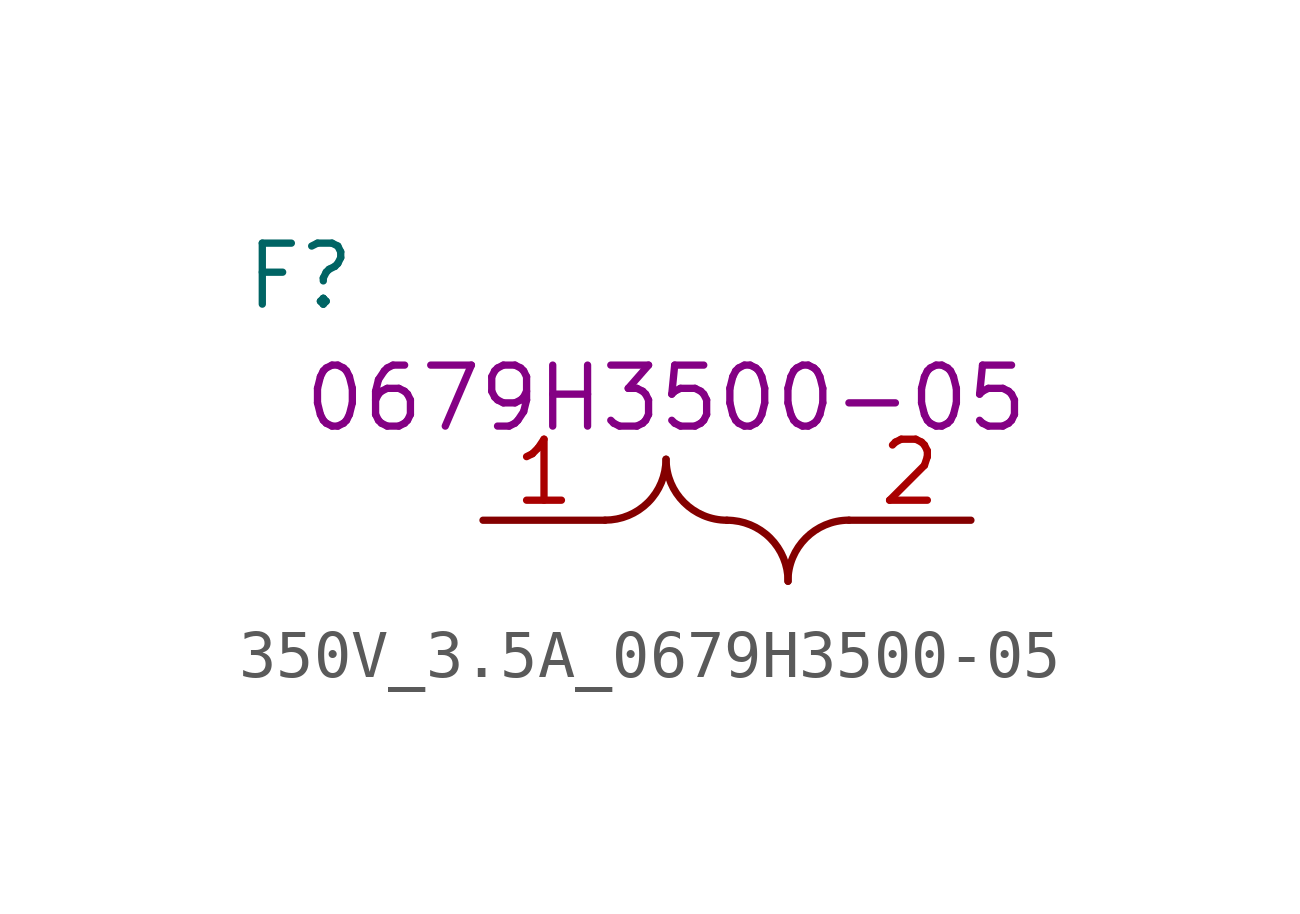
<source format=kicad_sym>
(kicad_symbol_lib
  (version 20211014)
  (generator kicad_symbol_editor)
  (symbol "350V_3.5A_0679H3500-05"
    (property "Reference" "F"
      (at -3.81 5.08 0)
      (effects (font (size 1.27 1.27))))
    (property "P/N" "0679H3500-05"
      (at 3.81 2.54 0)
      (effects (font (size 1.27 1.27))))
    (symbol "350V_3.5A_0679H3500-05_0_0"
      (pin passive line (at 0 0 0) (length 2.54) (name "" (effects (font (size 1.27 1.27)))) (number "1" (effects (font (size 1.27 1.27)))))
      (pin passive line (at 10.16 0 180) (length 2.54) (name "" (effects (font (size 1.27 1.27)))) (number "2" (effects (font (size 1.27 1.27))))))
    (symbol "350V_3.5A_0679H3500-05_0_1"
      (arc (start 2.54 0) (mid 4.708 -0.898) (end 3.81 1.27) (stroke (width 0) (type default) (color 0 0 0 0)) (fill (type none)))
      (arc (start 3.81 1.27) (mid 2.912 -0.898) (end 5.08 0) (stroke (width 0) (type default) (color 0 0 0 0)) (fill (type none)))
      (arc (start 6.35 -1.27) (mid 7.248 0.898) (end 5.08 0) (stroke (width 0) (type default) (color 0 0 0 0)) (fill (type none)))
      (arc (start 7.62 0) (mid 5.452 0.898) (end 6.35 -1.27) (stroke (width 0) (type default) (color 0 0 0 0)) (fill (type none))))))
</source>
